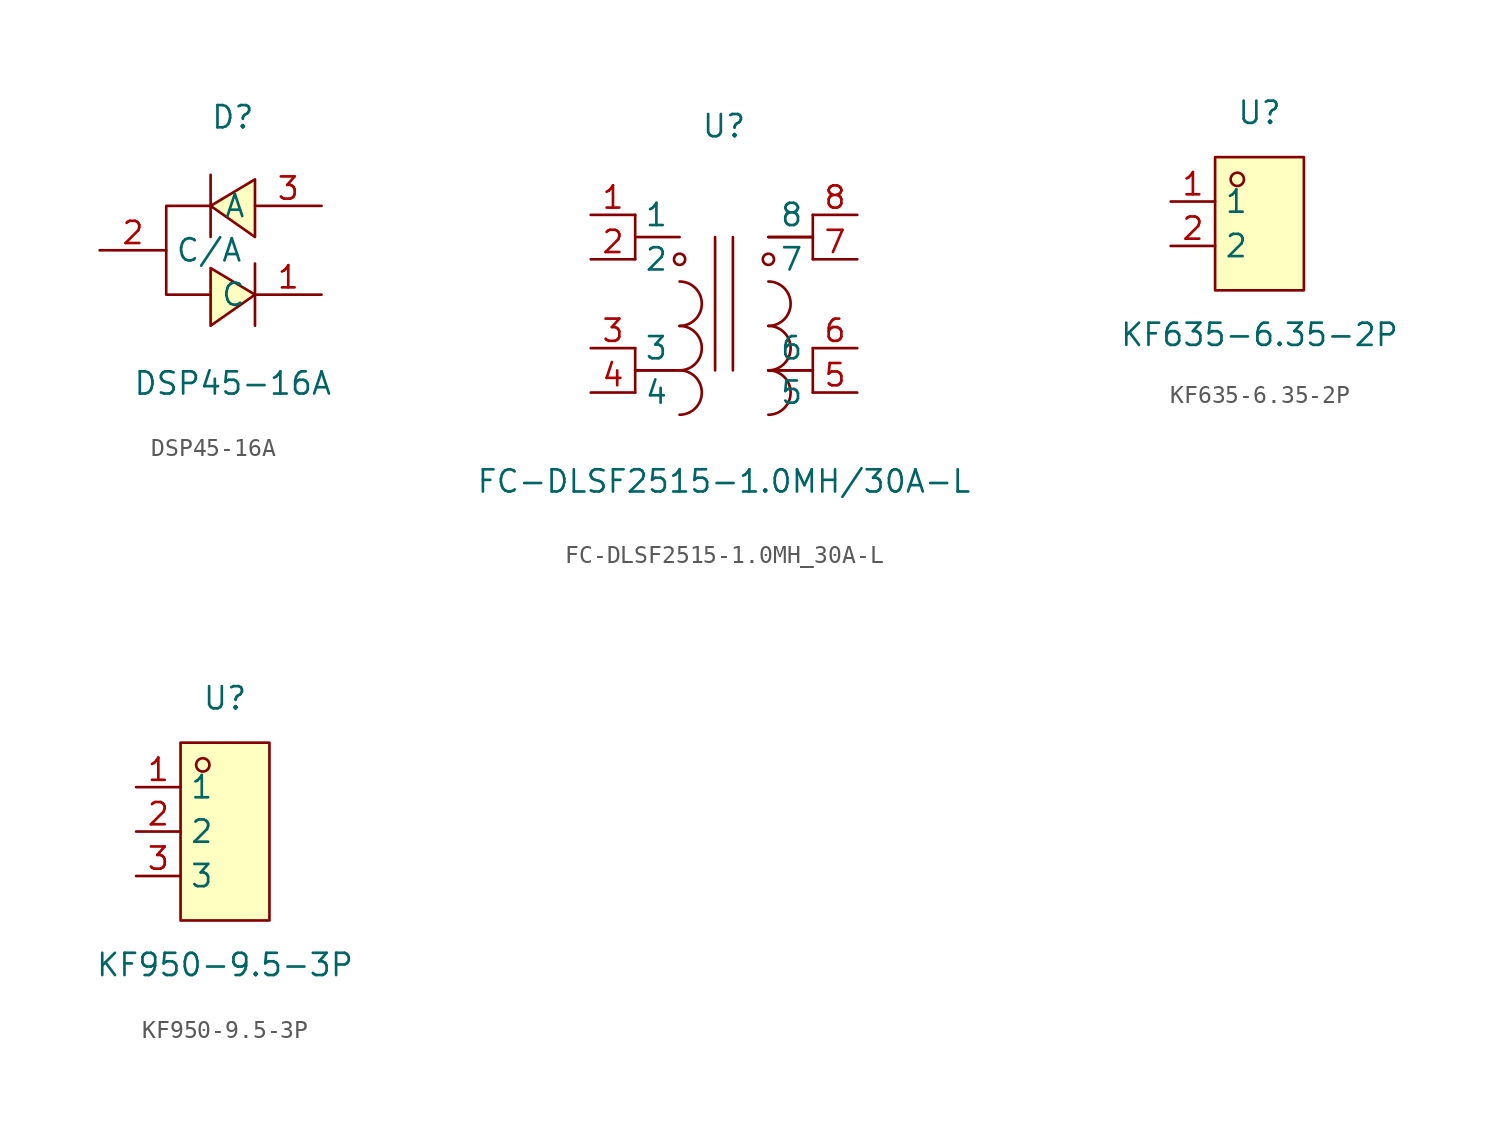
<source format=kicad_sym>
(kicad_symbol_lib
  (version 20241209)
  (generator "kicad_symbol_editor")
  (generator_version "9.0")
  (symbol "DSP45-16A"
    (property "Reference" "D"
      (at 0 7.62 0)
      (effects (font (size 1.27 1.27))))
    (property "Value" "DSP45-16A"
      (at 0 -7.62 0)
      (effects (font (size 1.27 1.27))))
    (symbol "DSP45-16A_0_1"
      (polyline (pts (xy -1.27 4.32) (xy -1.27 0.76)) (stroke (width 0) (type default)) (fill (type none)))
      (polyline (pts (xy -1.27 -1.02) (xy 1.27 -2.54) (xy -1.27 -4.32) (xy -1.27 -1.02)) (stroke (width 0) (type default)) (fill (type background)))
      (polyline (pts (xy -1.27 -2.54) (xy -3.81 -2.54) (xy -3.81 2.54) (xy -1.27 2.54)) (stroke (width 0) (type default)) (fill (type none)))
      (polyline (pts (xy 1.27 4.06) (xy -1.27 2.54) (xy 1.27 0.76) (xy 1.27 4.06)) (stroke (width 0) (type default)) (fill (type background)))
      (polyline (pts (xy 1.27 -0.76) (xy 1.27 -4.32)) (stroke (width 0) (type default)) (fill (type none)))
      (pin unspecified line (at -7.62 0 0) (length 3.81) (name "C/A" (effects (font (size 1.27 1.27)))) (number "2" (effects (font (size 1.27 1.27)))))
      (pin unspecified line (at 5.08 2.54 180) (length 3.81) (name "A" (effects (font (size 1.27 1.27)))) (number "3" (effects (font (size 1.27 1.27)))))
      (pin unspecified line (at 5.08 -2.54 180) (length 3.81) (name "C" (effects (font (size 1.27 1.27)))) (number "1" (effects (font (size 1.27 1.27)))))))
  (symbol "FC-DLSF2515-1.0MH_30A-L"
    (property "Reference" "U"
      (at 0 11.43 0)
      (effects (font (size 1.27 1.27))))
    (property "Value" "FC-DLSF2515-1.0MH/30A-L"
      (at 0 -8.89 0)
      (effects (font (size 1.27 1.27))))
    (symbol "FC-DLSF2515-1.0MH_30A-L_0_1"
      (arc (start -2.54 2.54) (mid -1.2744 1.27) (end -2.54 0) (stroke (width 0) (type default)) (fill (type none)))
      (arc (start -2.54 0) (mid -1.2744 -1.27) (end -2.54 -2.54) (stroke (width 0) (type default)) (fill (type none)))
      (arc (start -2.54 -2.54) (mid -1.2744 -3.81) (end -2.54 -5.08) (stroke (width 0) (type default)) (fill (type none)))
      (polyline (pts (xy -2.54 5.08) (xy -5.08 5.08) (xy -5.08 3.81) (xy -5.08 6.35)) (stroke (width 0) (type default)) (fill (type none)))
      (circle (center -2.54 3.81) (radius 0.32) (stroke (width 0) (type default)) (fill (type none)))
      (polyline (pts (xy -2.54 -2.54) (xy -5.08 -2.54)) (stroke (width 0) (type default)) (fill (type none)))
      (polyline (pts (xy -2.54 -2.54) (xy -5.08 -2.54) (xy -5.08 -3.81) (xy -5.08 -1.27)) (stroke (width 0) (type default)) (fill (type none)))
      (polyline (pts (xy -0.51 5.08) (xy -0.51 -2.29) (xy -0.51 -2.54)) (stroke (width 0) (type default)) (fill (type none)))
      (polyline (pts (xy 0.51 5.08) (xy 0.51 -2.54)) (stroke (width 0) (type default)) (fill (type none)))
      (arc (start 2.54 2.54) (mid 3.806 1.27) (end 2.54 0) (stroke (width 0) (type default)) (fill (type none)))
      (arc (start 2.54 0) (mid 3.806 -1.27) (end 2.54 -2.54) (stroke (width 0) (type default)) (fill (type none)))
      (arc (start 2.54 -2.54) (mid 3.806 -3.81) (end 2.54 -5.08) (stroke (width 0) (type default)) (fill (type none)))
      (polyline (pts (xy 2.54 5.08) (xy 5.08 5.08)) (stroke (width 0) (type default)) (fill (type none)))
      (polyline (pts (xy 2.54 5.08) (xy 5.08 5.08) (xy 5.08 6.35) (xy 5.08 3.81)) (stroke (width 0) (type default)) (fill (type none)))
      (circle (center 2.54 3.81) (radius 0.32) (stroke (width 0) (type default)) (fill (type none)))
      (polyline (pts (xy 2.54 -2.54) (xy 5.08 -2.54)) (stroke (width 0) (type default)) (fill (type none)))
      (polyline (pts (xy 2.54 -2.54) (xy 5.08 -2.54) (xy 5.08 -1.27) (xy 5.08 -3.81)) (stroke (width 0) (type default)) (fill (type none)))
      (pin unspecified line (at -7.62 6.35 0) (length 2.54) (name "1" (effects (font (size 1.27 1.27)))) (number "1" (effects (font (size 1.27 1.27)))))
      (pin unspecified line (at -7.62 3.81 0) (length 2.54) (name "2" (effects (font (size 1.27 1.27)))) (number "2" (effects (font (size 1.27 1.27)))))
      (pin unspecified line (at -7.62 -1.27 0) (length 2.54) (name "3" (effects (font (size 1.27 1.27)))) (number "3" (effects (font (size 1.27 1.27)))))
      (pin unspecified line (at -7.62 -3.81 0) (length 2.54) (name "4" (effects (font (size 1.27 1.27)))) (number "4" (effects (font (size 1.27 1.27)))))
      (pin unspecified line (at 7.62 6.35 180) (length 2.54) (name "8" (effects (font (size 1.27 1.27)))) (number "8" (effects (font (size 1.27 1.27)))))
      (pin unspecified line (at 7.62 3.81 180) (length 2.54) (name "7" (effects (font (size 1.27 1.27)))) (number "7" (effects (font (size 1.27 1.27)))))
      (pin unspecified line (at 7.62 -1.27 180) (length 2.54) (name "6" (effects (font (size 1.27 1.27)))) (number "6" (effects (font (size 1.27 1.27)))))
      (pin unspecified line (at 7.62 -3.81 180) (length 2.54) (name "5" (effects (font (size 1.27 1.27)))) (number "5" (effects (font (size 1.27 1.27)))))))
  (symbol "KF635-6.35-2P"
    (property "Reference" "U"
      (at 0 6.35 0)
      (effects (font (size 1.27 1.27))))
    (property "Value" "KF635-6.35-2P"
      (at 0 -6.35 0)
      (effects (font (size 1.27 1.27))))
    (symbol "KF635-6.35-2P_0_1"
      (rectangle (start -2.54 3.81) (end 2.54 -3.81) (stroke (width 0) (type default)) (fill (type background)))
      (circle (center -1.27 2.54) (radius 0.38) (stroke (width 0) (type default)) (fill (type none)))
      (pin unspecified line (at -5.08 1.27 0) (length 2.54) (name "1" (effects (font (size 1.27 1.27)))) (number "1" (effects (font (size 1.27 1.27)))))
      (pin unspecified line (at -5.08 -1.27 0) (length 2.54) (name "2" (effects (font (size 1.27 1.27)))) (number "2" (effects (font (size 1.27 1.27)))))))
  (symbol "KF950-9.5-3P"
    (property "Reference" "U"
      (at 0 7.62 0)
      (effects (font (size 1.27 1.27))))
    (property "Value" "KF950-9.5-3P"
      (at 0 -7.62 0)
      (effects (font (size 1.27 1.27))))
    (symbol "KF950-9.5-3P_0_1"
      (rectangle (start -2.54 5.08) (end 2.54 -5.08) (stroke (width 0) (type default)) (fill (type background)))
      (circle (center -1.27 3.81) (radius 0.38) (stroke (width 0) (type default)) (fill (type none)))
      (pin unspecified line (at -5.08 2.54 0) (length 2.54) (name "1" (effects (font (size 1.27 1.27)))) (number "1" (effects (font (size 1.27 1.27)))))
      (pin unspecified line (at -5.08 0 0) (length 2.54) (name "2" (effects (font (size 1.27 1.27)))) (number "2" (effects (font (size 1.27 1.27)))))
      (pin unspecified line (at -5.08 -2.54 0) (length 2.54) (name "3" (effects (font (size 1.27 1.27)))) (number "3" (effects (font (size 1.27 1.27))))))))
</source>
